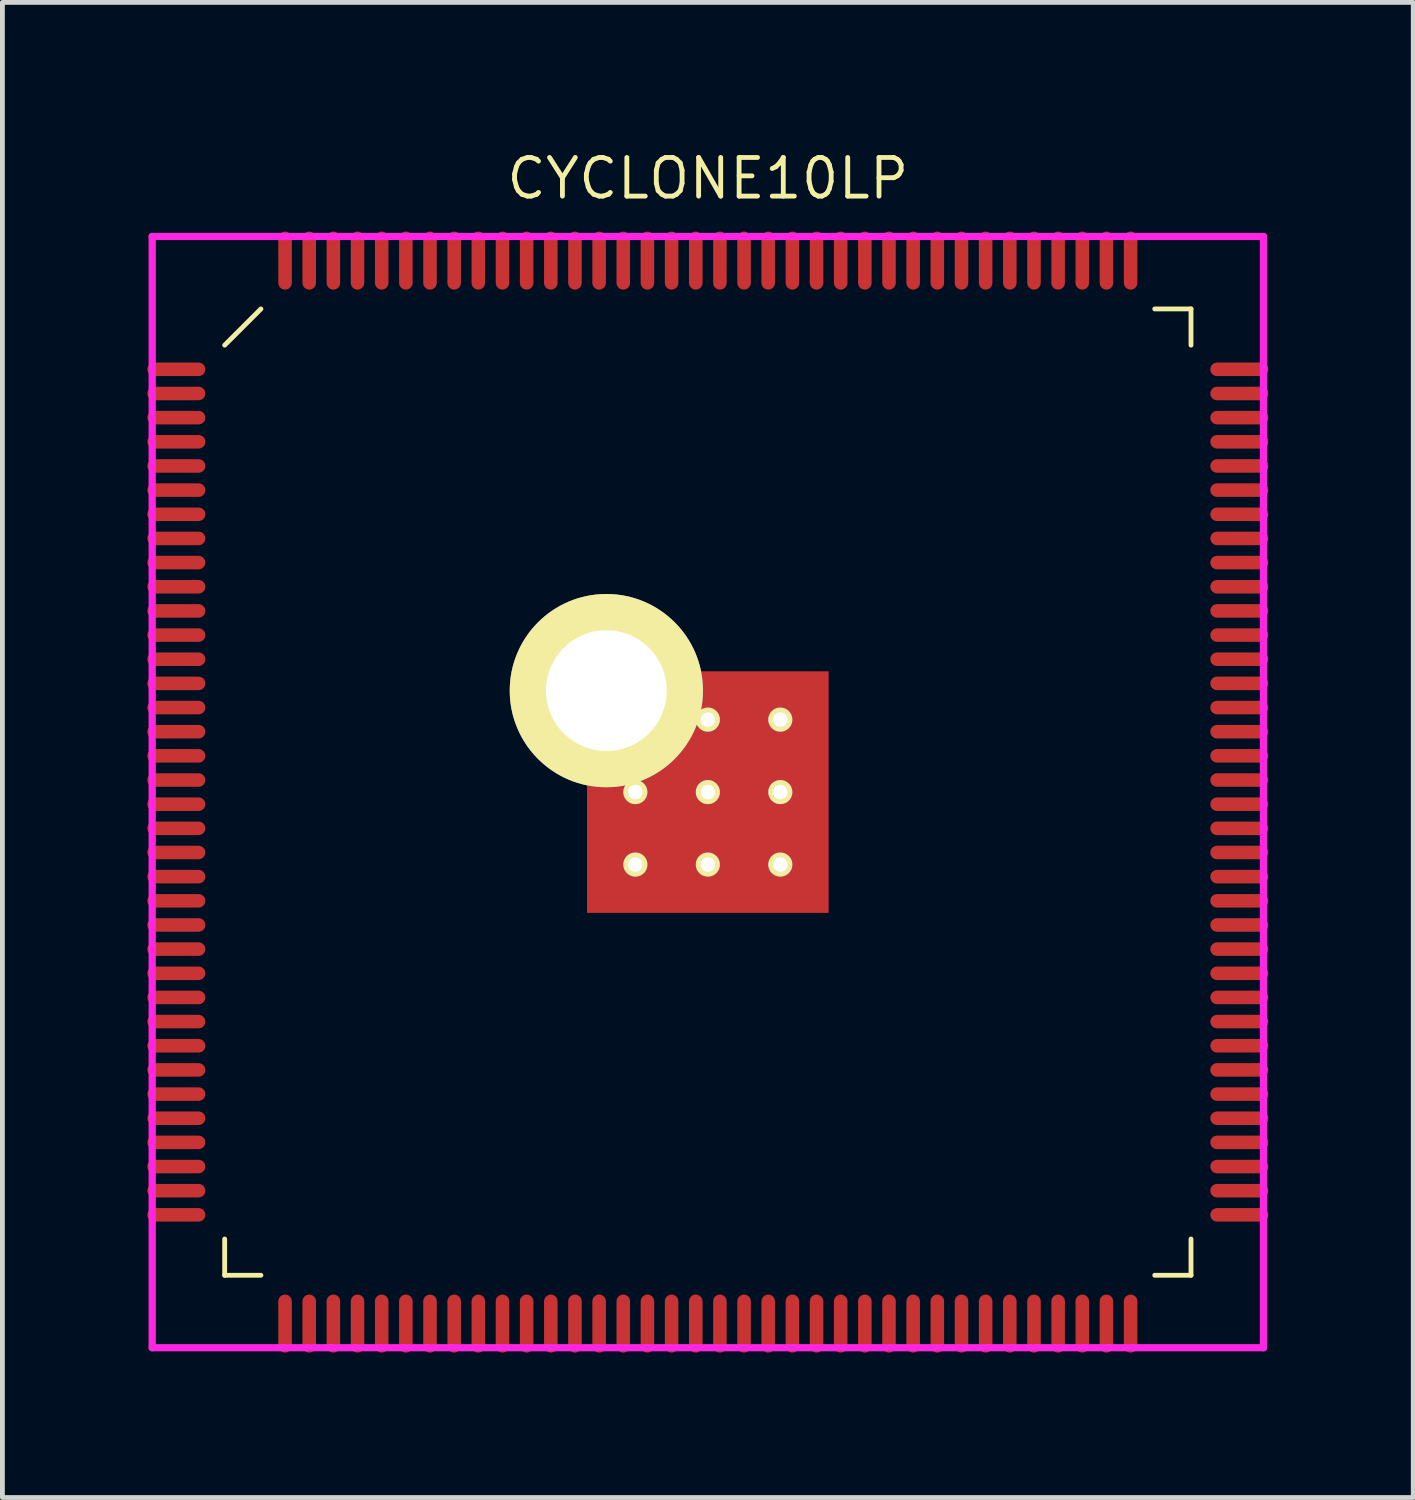
<source format=kicad_pcb>
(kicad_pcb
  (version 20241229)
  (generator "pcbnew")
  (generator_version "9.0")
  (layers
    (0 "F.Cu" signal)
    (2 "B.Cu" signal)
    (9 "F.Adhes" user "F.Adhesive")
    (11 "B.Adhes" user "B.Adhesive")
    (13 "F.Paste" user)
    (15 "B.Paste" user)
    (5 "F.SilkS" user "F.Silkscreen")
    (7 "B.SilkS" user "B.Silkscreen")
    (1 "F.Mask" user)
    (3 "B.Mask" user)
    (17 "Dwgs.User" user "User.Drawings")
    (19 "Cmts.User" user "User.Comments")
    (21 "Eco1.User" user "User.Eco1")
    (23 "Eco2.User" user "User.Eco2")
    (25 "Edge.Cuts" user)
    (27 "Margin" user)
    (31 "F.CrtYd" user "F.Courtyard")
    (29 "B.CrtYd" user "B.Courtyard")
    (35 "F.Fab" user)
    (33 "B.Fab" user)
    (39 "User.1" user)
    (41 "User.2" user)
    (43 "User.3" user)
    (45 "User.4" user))
  (footprint "CYCLONE10LP"
    (layer "F.Cu")
    (at 11.6 13.344)
    (property "Reference" "CYCLONE10LP" (at 0 -12.7 0) (layer "F.SilkS") (effects (font (size 0.8 0.8) (thickness 0.1))))
    (attr through_hole)
    (fp_line (start -10 -9.25) (end -9.25 -10) (stroke (width 0.1) (type solid)) (layer "F.SilkS"))
    (fp_line (start -10 10) (end -10 9.25) (stroke (width 0.1) (type solid)) (layer "F.SilkS"))
    (fp_line (start -9.25 10) (end -10 10) (stroke (width 0.1) (type solid)) (layer "F.SilkS"))
    (fp_line (start 9.25 -10) (end 10 -10) (stroke (width 0.1) (type solid)) (layer "F.SilkS"))
    (fp_line (start 9.25 10) (end 10 10) (stroke (width 0.1) (type solid)) (layer "F.SilkS"))
    (fp_line (start 10 -10) (end 10 -9.25) (stroke (width 0.1) (type solid)) (layer "F.SilkS"))
    (fp_line (start 10 10) (end 10 9.25) (stroke (width 0.1) (type solid)) (layer "F.SilkS"))
    (fp_line (start -11.5 -11.5) (end 11.5 -11.5) (stroke (width 0.15) (type solid)) (layer "F.CrtYd"))
    (fp_line (start -11.5 11.5) (end -11.5 -11.5) (stroke (width 0.15) (type solid)) (layer "F.CrtYd"))
    (fp_line (start 11.5 -11.5) (end 11.5 11.5) (stroke (width 0.15) (type solid)) (layer "F.CrtYd"))
    (fp_line (start 11.5 11.5) (end -11.5 11.5) (stroke (width 0.15) (type solid)) (layer "F.CrtYd"))
    (pad "1" smd oval (at -11 -8.75 90) (size 0.28 1.2) (layers "F.Cu" "F.Mask" "F.Paste"))
    (pad "2" smd oval (at -11 -8.25 90) (size 0.28 1.2) (layers "F.Cu" "F.Mask" "F.Paste"))
    (pad "3" smd oval (at -11 -7.75 90) (size 0.28 1.2) (layers "F.Cu" "F.Mask" "F.Paste"))
    (pad "4" smd oval (at -11 -7.25 90) (size 0.28 1.2) (layers "F.Cu" "F.Mask" "F.Paste"))
    (pad "5" smd oval (at -11 -6.75 90) (size 0.28 1.2) (layers "F.Cu" "F.Mask" "F.Paste"))
    (pad "6" smd oval (at -11 -6.25 90) (size 0.28 1.2) (layers "F.Cu" "F.Mask" "F.Paste"))
    (pad "7" smd oval (at -11 -5.75 90) (size 0.28 1.2) (layers "F.Cu" "F.Mask" "F.Paste"))
    (pad "8" smd oval (at -11 -5.25 90) (size 0.28 1.2) (layers "F.Cu" "F.Mask" "F.Paste"))
    (pad "9" smd oval (at -11 -4.75 90) (size 0.28 1.2) (layers "F.Cu" "F.Mask" "F.Paste"))
    (pad "10" smd oval (at -11 -4.25 90) (size 0.28 1.2) (layers "F.Cu" "F.Mask" "F.Paste"))
    (pad "11" smd oval (at -11 -3.75 90) (size 0.28 1.2) (layers "F.Cu" "F.Mask" "F.Paste"))
    (pad "12" smd oval (at -11 -3.25 90) (size 0.28 1.2) (layers "F.Cu" "F.Mask" "F.Paste"))
    (pad "13" smd oval (at -11 -2.75 90) (size 0.28 1.2) (layers "F.Cu" "F.Mask" "F.Paste"))
    (pad "14" smd oval (at -11 -2.25 90) (size 0.28 1.2) (layers "F.Cu" "F.Mask" "F.Paste"))
    (pad "15" smd oval (at -11 -1.75 90) (size 0.28 1.2) (layers "F.Cu" "F.Mask" "F.Paste"))
    (pad "16" smd oval (at -11 -1.25 90) (size 0.28 1.2) (layers "F.Cu" "F.Mask" "F.Paste"))
    (pad "17" smd oval (at -11 -0.75 90) (size 0.28 1.2) (layers "F.Cu" "F.Mask" "F.Paste"))
    (pad "18" smd oval (at -11 -0.25 90) (size 0.28 1.2) (layers "F.Cu" "F.Mask" "F.Paste"))
    (pad "19" smd oval (at -11 0.25 90) (size 0.28 1.2) (layers "F.Cu" "F.Mask" "F.Paste"))
    (pad "20" smd oval (at -11 0.75 90) (size 0.28 1.2) (layers "F.Cu" "F.Mask" "F.Paste"))
    (pad "21" smd oval (at -11 1.25 90) (size 0.28 1.2) (layers "F.Cu" "F.Mask" "F.Paste"))
    (pad "22" smd oval (at -11 1.75 90) (size 0.28 1.2) (layers "F.Cu" "F.Mask" "F.Paste"))
    (pad "23" smd oval (at -11 2.25 90) (size 0.28 1.2) (layers "F.Cu" "F.Mask" "F.Paste"))
    (pad "24" smd oval (at -11 2.75 90) (size 0.28 1.2) (layers "F.Cu" "F.Mask" "F.Paste"))
    (pad "25" smd oval (at -11 3.25 90) (size 0.28 1.2) (layers "F.Cu" "F.Mask" "F.Paste"))
    (pad "26" smd oval (at -11 3.75 90) (size 0.28 1.2) (layers "F.Cu" "F.Mask" "F.Paste"))
    (pad "27" smd oval (at -11 4.25 90) (size 0.28 1.2) (layers "F.Cu" "F.Mask" "F.Paste"))
    (pad "28" smd oval (at -11 4.75 90) (size 0.28 1.2) (layers "F.Cu" "F.Mask" "F.Paste"))
    (pad "29" smd oval (at -11 5.25 90) (size 0.28 1.2) (layers "F.Cu" "F.Mask" "F.Paste"))
    (pad "30" smd oval (at -11 5.75 90) (size 0.28 1.2) (layers "F.Cu" "F.Mask" "F.Paste"))
    (pad "31" smd oval (at -11 6.25 90) (size 0.28 1.2) (layers "F.Cu" "F.Mask" "F.Paste"))
    (pad "32" smd oval (at -11 6.75 90) (size 0.28 1.2) (layers "F.Cu" "F.Mask" "F.Paste"))
    (pad "33" smd oval (at -11 7.25 90) (size 0.28 1.2) (layers "F.Cu" "F.Mask" "F.Paste"))
    (pad "34" smd oval (at -11 7.75 90) (size 0.28 1.2) (layers "F.Cu" "F.Mask" "F.Paste"))
    (pad "35" smd oval (at -11 8.25 90) (size 0.28 1.2) (layers "F.Cu" "F.Mask" "F.Paste"))
    (pad "36" smd oval (at -11 8.75 90) (size 0.28 1.2) (layers "F.Cu" "F.Mask" "F.Paste"))
    (pad "37" smd oval (at -8.75 11) (size 0.28 1.2) (layers "F.Cu" "F.Mask" "F.Paste"))
    (pad "38" smd oval (at -8.25 11) (size 0.28 1.2) (layers "F.Cu" "F.Mask" "F.Paste"))
    (pad "39" smd oval (at -7.75 11) (size 0.28 1.2) (layers "F.Cu" "F.Mask" "F.Paste"))
    (pad "40" smd oval (at -7.25 11) (size 0.28 1.2) (layers "F.Cu" "F.Mask" "F.Paste"))
    (pad "41" smd oval (at -6.75 11) (size 0.28 1.2) (layers "F.Cu" "F.Mask" "F.Paste"))
    (pad "42" smd oval (at -6.25 11) (size 0.28 1.2) (layers "F.Cu" "F.Mask" "F.Paste"))
    (pad "43" smd oval (at -5.75 11) (size 0.28 1.2) (layers "F.Cu" "F.Mask" "F.Paste"))
    (pad "44" smd oval (at -5.25 11) (size 0.28 1.2) (layers "F.Cu" "F.Mask" "F.Paste"))
    (pad "45" smd oval (at -4.75 11) (size 0.28 1.2) (layers "F.Cu" "F.Mask" "F.Paste"))
    (pad "46" smd oval (at -4.25 11) (size 0.28 1.2) (layers "F.Cu" "F.Mask" "F.Paste"))
    (pad "47" smd oval (at -3.75 11) (size 0.28 1.2) (layers "F.Cu" "F.Mask" "F.Paste"))
    (pad "48" smd oval (at -3.25 11) (size 0.28 1.2) (layers "F.Cu" "F.Mask" "F.Paste"))
    (pad "49" smd oval (at -2.75 11) (size 0.28 1.2) (layers "F.Cu" "F.Mask" "F.Paste"))
    (pad "50" smd oval (at -2.25 11) (size 0.28 1.2) (layers "F.Cu" "F.Mask" "F.Paste"))
    (pad "51" smd oval (at -1.75 11) (size 0.28 1.2) (layers "F.Cu" "F.Mask" "F.Paste"))
    (pad "52" smd oval (at -1.25 11) (size 0.28 1.2) (layers "F.Cu" "F.Mask" "F.Paste"))
    (pad "53" smd oval (at -0.75 11) (size 0.28 1.2) (layers "F.Cu" "F.Mask" "F.Paste"))
    (pad "54" smd oval (at -0.25 11) (size 0.28 1.2) (layers "F.Cu" "F.Mask" "F.Paste"))
    (pad "55" smd oval (at 0.25 11) (size 0.28 1.2) (layers "F.Cu" "F.Mask" "F.Paste"))
    (pad "56" smd oval (at 0.75 11) (size 0.28 1.2) (layers "F.Cu" "F.Mask" "F.Paste"))
    (pad "57" smd oval (at 1.25 11) (size 0.28 1.2) (layers "F.Cu" "F.Mask" "F.Paste"))
    (pad "58" smd oval (at 1.75 11) (size 0.28 1.2) (layers "F.Cu" "F.Mask" "F.Paste"))
    (pad "59" smd oval (at 2.25 11) (size 0.28 1.2) (layers "F.Cu" "F.Mask" "F.Paste"))
    (pad "60" smd oval (at 2.75 11) (size 0.28 1.2) (layers "F.Cu" "F.Mask" "F.Paste"))
    (pad "61" smd oval (at 3.25 11) (size 0.28 1.2) (layers "F.Cu" "F.Mask" "F.Paste"))
    (pad "62" smd oval (at 3.75 11) (size 0.28 1.2) (layers "F.Cu" "F.Mask" "F.Paste"))
    (pad "63" smd oval (at 4.25 11) (size 0.28 1.2) (layers "F.Cu" "F.Mask" "F.Paste"))
    (pad "64" smd oval (at 4.75 11) (size 0.28 1.2) (layers "F.Cu" "F.Mask" "F.Paste"))
    (pad "65" smd oval (at 5.25 11) (size 0.28 1.2) (layers "F.Cu" "F.Mask" "F.Paste"))
    (pad "66" smd oval (at 5.75 11) (size 0.28 1.2) (layers "F.Cu" "F.Mask" "F.Paste"))
    (pad "67" smd oval (at 6.25 11) (size 0.28 1.2) (layers "F.Cu" "F.Mask" "F.Paste"))
    (pad "68" smd oval (at 6.75 11) (size 0.28 1.2) (layers "F.Cu" "F.Mask" "F.Paste"))
    (pad "69" smd oval (at 7.25 11) (size 0.28 1.2) (layers "F.Cu" "F.Mask" "F.Paste"))
    (pad "70" smd oval (at 7.75 11) (size 0.28 1.2) (layers "F.Cu" "F.Mask" "F.Paste"))
    (pad "71" smd oval (at 8.25 11) (size 0.28 1.2) (layers "F.Cu" "F.Mask" "F.Paste"))
    (pad "72" smd oval (at 8.75 11) (size 0.28 1.2) (layers "F.Cu" "F.Mask" "F.Paste"))
    (pad "73" smd oval (at 11 8.75 90) (size 0.28 1.2) (layers "F.Cu" "F.Mask" "F.Paste"))
    (pad "74" smd oval (at 11 8.25 90) (size 0.28 1.2) (layers "F.Cu" "F.Mask" "F.Paste"))
    (pad "75" smd oval (at 11 7.75 90) (size 0.28 1.2) (layers "F.Cu" "F.Mask" "F.Paste"))
    (pad "76" smd oval (at 11 7.25 90) (size 0.28 1.2) (layers "F.Cu" "F.Mask" "F.Paste"))
    (pad "77" smd oval (at 11 6.75 90) (size 0.28 1.2) (layers "F.Cu" "F.Mask" "F.Paste"))
    (pad "78" smd oval (at 11 6.25 90) (size 0.28 1.2) (layers "F.Cu" "F.Mask" "F.Paste"))
    (pad "79" smd oval (at 11 5.75 90) (size 0.28 1.2) (layers "F.Cu" "F.Mask" "F.Paste"))
    (pad "80" smd oval (at 11 5.25 90) (size 0.28 1.2) (layers "F.Cu" "F.Mask" "F.Paste"))
    (pad "81" smd oval (at 11 4.75 90) (size 0.28 1.2) (layers "F.Cu" "F.Mask" "F.Paste"))
    (pad "82" smd oval (at 11 4.25 90) (size 0.28 1.2) (layers "F.Cu" "F.Mask" "F.Paste"))
    (pad "83" smd oval (at 11 3.75 90) (size 0.28 1.2) (layers "F.Cu" "F.Mask" "F.Paste"))
    (pad "84" smd oval (at 11 3.25 90) (size 0.28 1.2) (layers "F.Cu" "F.Mask" "F.Paste"))
    (pad "85" smd oval (at 11 2.75 90) (size 0.28 1.2) (layers "F.Cu" "F.Mask" "F.Paste"))
    (pad "86" smd oval (at 11 2.25 90) (size 0.28 1.2) (layers "F.Cu" "F.Mask" "F.Paste"))
    (pad "87" smd oval (at 11 1.75 90) (size 0.28 1.2) (layers "F.Cu" "F.Mask" "F.Paste"))
    (pad "88" smd oval (at 11 1.25 90) (size 0.28 1.2) (layers "F.Cu" "F.Mask" "F.Paste"))
    (pad "89" smd oval (at 11 0.75 90) (size 0.28 1.2) (layers "F.Cu" "F.Mask" "F.Paste"))
    (pad "90" smd oval (at 11 0.25 90) (size 0.28 1.2) (layers "F.Cu" "F.Mask" "F.Paste"))
    (pad "91" smd oval (at 11 -0.25 90) (size 0.28 1.2) (layers "F.Cu" "F.Mask" "F.Paste"))
    (pad "92" smd oval (at 11 -0.75 90) (size 0.28 1.2) (layers "F.Cu" "F.Mask" "F.Paste"))
    (pad "93" smd oval (at 11 -1.25 90) (size 0.28 1.2) (layers "F.Cu" "F.Mask" "F.Paste"))
    (pad "94" smd oval (at 11 -1.75 90) (size 0.28 1.2) (layers "F.Cu" "F.Mask" "F.Paste"))
    (pad "95" smd oval (at 11 -2.25 90) (size 0.28 1.2) (layers "F.Cu" "F.Mask" "F.Paste"))
    (pad "96" smd oval (at 11 -2.75 90) (size 0.28 1.2) (layers "F.Cu" "F.Mask" "F.Paste"))
    (pad "97" smd oval (at 11 -3.25 90) (size 0.28 1.2) (layers "F.Cu" "F.Mask" "F.Paste"))
    (pad "98" smd oval (at 11 -3.75 90) (size 0.28 1.2) (layers "F.Cu" "F.Mask" "F.Paste"))
    (pad "99" smd oval (at 11 -4.25 90) (size 0.28 1.2) (layers "F.Cu" "F.Mask" "F.Paste"))
    (pad "100" smd oval (at 11 -4.75 90) (size 0.28 1.2) (layers "F.Cu" "F.Mask" "F.Paste"))
    (pad "101" smd oval (at 11 -5.25 90) (size 0.28 1.2) (layers "F.Cu" "F.Mask" "F.Paste"))
    (pad "102" smd oval (at 11 -5.75 90) (size 0.28 1.2) (layers "F.Cu" "F.Mask" "F.Paste"))
    (pad "103" smd oval (at 11 -6.25 90) (size 0.28 1.2) (layers "F.Cu" "F.Mask" "F.Paste"))
    (pad "104" smd oval (at 11 -6.75 90) (size 0.28 1.2) (layers "F.Cu" "F.Mask" "F.Paste"))
    (pad "105" smd oval (at 11 -7.25 90) (size 0.28 1.2) (layers "F.Cu" "F.Mask" "F.Paste"))
    (pad "106" smd oval (at 11 -7.75 90) (size 0.28 1.2) (layers "F.Cu" "F.Mask" "F.Paste"))
    (pad "107" smd oval (at 11 -8.25 90) (size 0.28 1.2) (layers "F.Cu" "F.Mask" "F.Paste"))
    (pad "108" smd oval (at 11 -8.75 90) (size 0.28 1.2) (layers "F.Cu" "F.Mask" "F.Paste"))
    (pad "109" smd oval (at 8.75 -11) (size 0.28 1.2) (layers "F.Cu" "F.Mask" "F.Paste"))
    (pad "110" smd oval (at 8.25 -11) (size 0.28 1.2) (layers "F.Cu" "F.Mask" "F.Paste"))
    (pad "111" smd oval (at 7.75 -11) (size 0.28 1.2) (layers "F.Cu" "F.Mask" "F.Paste"))
    (pad "112" smd oval (at 7.25 -11) (size 0.28 1.2) (layers "F.Cu" "F.Mask" "F.Paste"))
    (pad "113" smd oval (at 6.75 -11) (size 0.28 1.2) (layers "F.Cu" "F.Mask" "F.Paste"))
    (pad "114" smd oval (at 6.25 -11) (size 0.28 1.2) (layers "F.Cu" "F.Mask" "F.Paste"))
    (pad "115" smd oval (at 5.75 -11) (size 0.28 1.2) (layers "F.Cu" "F.Mask" "F.Paste"))
    (pad "116" smd oval (at 5.25 -11) (size 0.28 1.2) (layers "F.Cu" "F.Mask" "F.Paste"))
    (pad "117" smd oval (at 4.75 -11) (size 0.28 1.2) (layers "F.Cu" "F.Mask" "F.Paste"))
    (pad "118" smd oval (at 4.25 -11) (size 0.28 1.2) (layers "F.Cu" "F.Mask" "F.Paste"))
    (pad "119" smd oval (at 3.75 -11) (size 0.28 1.2) (layers "F.Cu" "F.Mask" "F.Paste"))
    (pad "120" smd oval (at 3.25 -11) (size 0.28 1.2) (layers "F.Cu" "F.Mask" "F.Paste"))
    (pad "121" smd oval (at 2.75 -11) (size 0.28 1.2) (layers "F.Cu" "F.Mask" "F.Paste"))
    (pad "122" smd oval (at 2.25 -11) (size 0.28 1.2) (layers "F.Cu" "F.Mask" "F.Paste"))
    (pad "123" smd oval (at 1.75 -11) (size 0.28 1.2) (layers "F.Cu" "F.Mask" "F.Paste"))
    (pad "124" smd oval (at 1.25 -11) (size 0.28 1.2) (layers "F.Cu" "F.Mask" "F.Paste"))
    (pad "125" smd oval (at 0.75 -11) (size 0.28 1.2) (layers "F.Cu" "F.Mask" "F.Paste"))
    (pad "126" smd oval (at 0.25 -11) (size 0.28 1.2) (layers "F.Cu" "F.Mask" "F.Paste"))
    (pad "127" smd oval (at -0.25 -11) (size 0.28 1.2) (layers "F.Cu" "F.Mask" "F.Paste"))
    (pad "128" smd oval (at -0.75 -11) (size 0.28 1.2) (layers "F.Cu" "F.Mask" "F.Paste"))
    (pad "129" smd oval (at -1.25 -11) (size 0.28 1.2) (layers "F.Cu" "F.Mask" "F.Paste"))
    (pad "130" smd oval (at -1.75 -11) (size 0.28 1.2) (layers "F.Cu" "F.Mask" "F.Paste"))
    (pad "131" smd oval (at -2.25 -11) (size 0.28 1.2) (layers "F.Cu" "F.Mask" "F.Paste"))
    (pad "132" smd oval (at -2.75 -11) (size 0.28 1.2) (layers "F.Cu" "F.Mask" "F.Paste"))
    (pad "133" smd oval (at -3.25 -11) (size 0.28 1.2) (layers "F.Cu" "F.Mask" "F.Paste"))
    (pad "134" smd oval (at -3.75 -11) (size 0.28 1.2) (layers "F.Cu" "F.Mask" "F.Paste"))
    (pad "135" smd oval (at -4.25 -11) (size 0.28 1.2) (layers "F.Cu" "F.Mask" "F.Paste"))
    (pad "136" smd oval (at -4.75 -11) (size 0.28 1.2) (layers "F.Cu" "F.Mask" "F.Paste"))
    (pad "137" smd oval (at -5.25 -11) (size 0.28 1.2) (layers "F.Cu" "F.Mask" "F.Paste"))
    (pad "138" smd oval (at -5.75 -11) (size 0.28 1.2) (layers "F.Cu" "F.Mask" "F.Paste"))
    (pad "139" smd oval (at -6.25 -11) (size 0.28 1.2) (layers "F.Cu" "F.Mask" "F.Paste"))
    (pad "140" smd oval (at -6.75 -11) (size 0.28 1.2) (layers "F.Cu" "F.Mask" "F.Paste"))
    (pad "141" smd oval (at -7.25 -11) (size 0.28 1.2) (layers "F.Cu" "F.Mask" "F.Paste"))
    (pad "142" smd oval (at -7.75 -11) (size 0.28 1.2) (layers "F.Cu" "F.Mask" "F.Paste"))
    (pad "143" smd oval (at -8.25 -11) (size 0.28 1.2) (layers "F.Cu" "F.Mask" "F.Paste"))
    (pad "144" smd oval (at -8.75 -11) (size 0.28 1.2) (layers "F.Cu" "F.Mask" "F.Paste"))
    (pad "145" thru_hole circle (at -2.1 -2.1) (size 4 4) (drill 2.5) (layers "*.Cu" "*.Mask" "F.SilkS"))
    (pad "145" thru_hole circle (at -1.5 0) (size 0.5 0.5) (drill 0.3) (layers "*.Cu" "*.Mask" "F.SilkS"))
    (pad "145" thru_hole circle (at -1.5 1.5) (size 0.5 0.5) (drill 0.3) (layers "*.Cu" "*.Mask" "F.SilkS"))
    (pad "145" thru_hole circle (at 0 -1.5) (size 0.5 0.5) (drill 0.3) (layers "*.Cu" "*.Mask" "F.SilkS"))
    (pad "145" thru_hole circle (at 0 0) (size 0.5 0.5) (drill 0.3) (layers "*.Cu" "*.Mask" "F.SilkS"))
    (pad "145" smd rect (at 0 0) (size 5 5) (layers "F.Cu" "F.Mask"))
    (pad "145" thru_hole circle (at 0 1.5) (size 0.5 0.5) (drill 0.3) (layers "*.Cu" "*.Mask" "F.SilkS"))
    (pad "145" thru_hole circle (at 1.5 -1.5) (size 0.5 0.5) (drill 0.3) (layers "*.Cu" "*.Mask" "F.SilkS"))
    (pad "145" thru_hole circle (at 1.5 0) (size 0.5 0.5) (drill 0.3) (layers "*.Cu" "*.Mask" "F.SilkS"))
    (pad "145" thru_hole circle (at 1.5 1.5) (size 0.5 0.5) (drill 0.3) (layers "*.Cu" "*.Mask" "F.SilkS")))
  (gr_rect
    (start -3 -3)
    (end 26.2 27.944)
    (stroke (width 0.1) (type default))
    (fill no)
    (layer "Edge.Cuts")))
</source>
